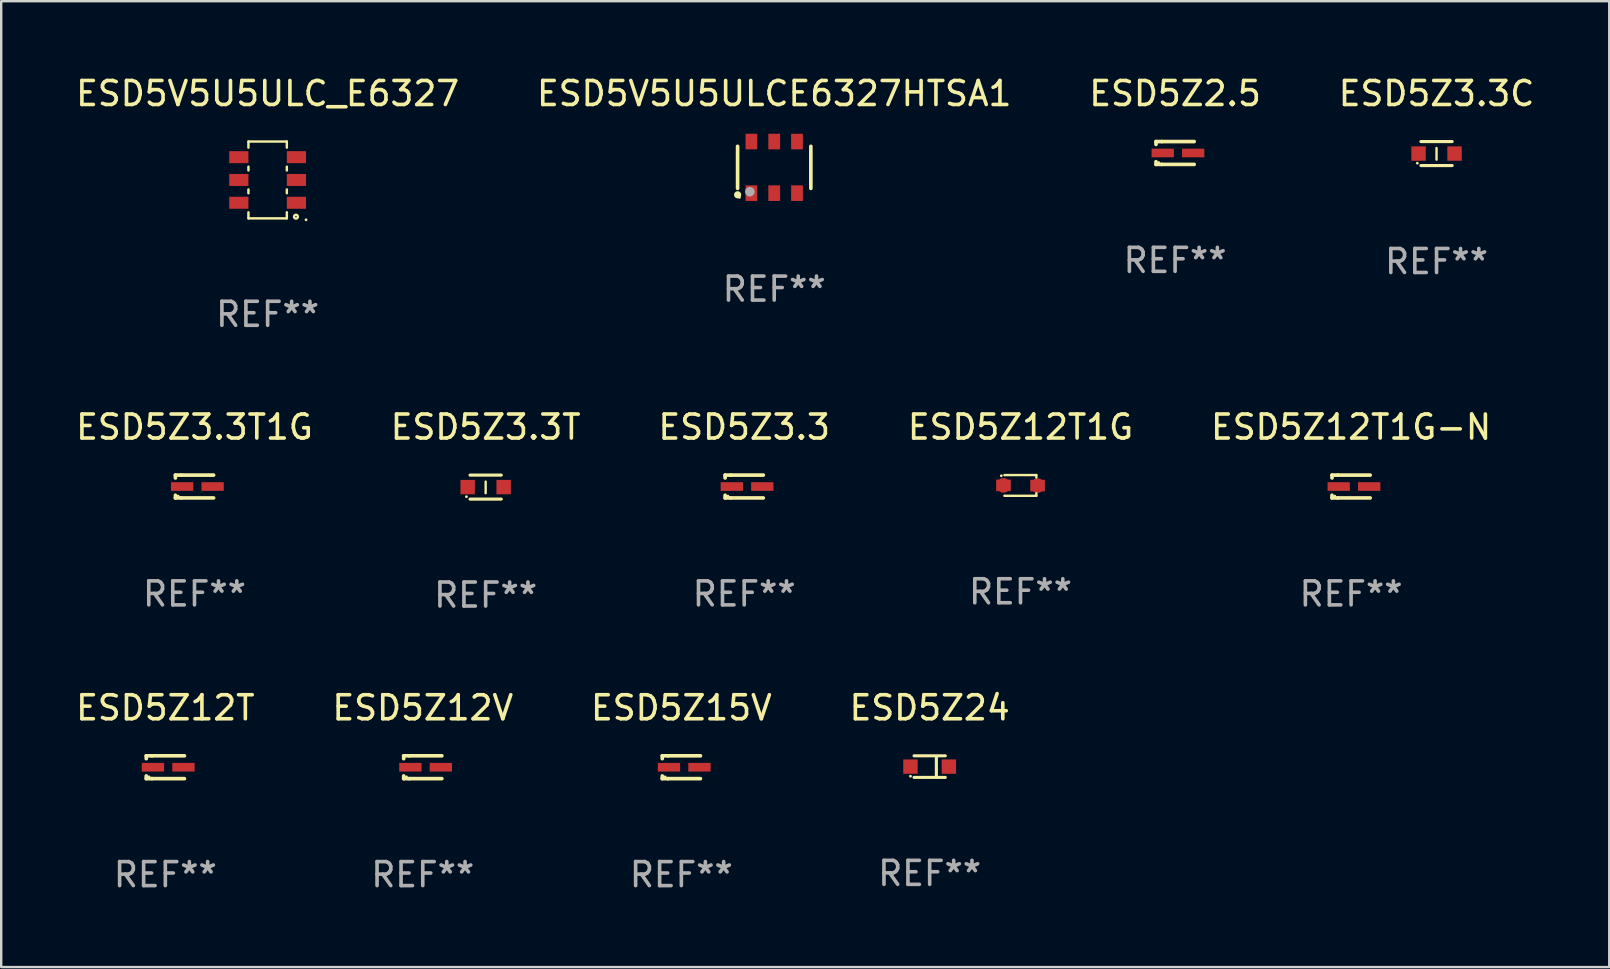
<source format=kicad_pcb>
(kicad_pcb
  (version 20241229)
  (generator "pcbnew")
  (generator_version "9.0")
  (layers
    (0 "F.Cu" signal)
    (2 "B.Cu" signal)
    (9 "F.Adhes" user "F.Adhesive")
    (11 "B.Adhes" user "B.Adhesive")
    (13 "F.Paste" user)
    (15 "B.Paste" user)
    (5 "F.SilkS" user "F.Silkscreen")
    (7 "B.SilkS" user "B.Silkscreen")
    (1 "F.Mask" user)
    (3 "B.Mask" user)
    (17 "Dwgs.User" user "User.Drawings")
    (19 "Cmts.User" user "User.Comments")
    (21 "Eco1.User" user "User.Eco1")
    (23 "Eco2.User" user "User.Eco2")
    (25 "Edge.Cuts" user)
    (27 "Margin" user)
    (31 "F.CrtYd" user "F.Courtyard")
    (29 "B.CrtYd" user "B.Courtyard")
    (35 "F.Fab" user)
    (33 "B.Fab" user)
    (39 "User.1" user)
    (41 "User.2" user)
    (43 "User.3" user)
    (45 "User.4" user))
  (footprint "ESD5Z12T1G"
    (layer "F.Cu")
    (at 39.47 17.177)
    (property "Reference" "ESD5Z12T1G" (at 0 -2.432 0) (layer "F.SilkS") (effects (font (size 1 1) (thickness 0.15))))
    (attr through_hole)
    (fp_line (start -0.661 0.432) (end -0.661 0.432) (stroke (width 0.1) (type solid)) (layer "F.SilkS"))
    (fp_line (start -0.661 -0.432) (end -0.661 -0.432) (stroke (width 0.1) (type solid)) (layer "F.SilkS"))
    (fp_line (start -0.661 -0.432) (end 0.66 -0.432) (stroke (width 0.1) (type solid)) (layer "F.SilkS"))
    (fp_line (start 0.66 0.326) (end 0.66 0.432) (stroke (width 0.1) (type solid)) (layer "F.SilkS"))
    (fp_line (start 0.66 0.432) (end -0.661 0.432) (stroke (width 0.1) (type solid)) (layer "F.SilkS"))
    (fp_line (start 0.66 -0.432) (end 0.66 -0.33) (stroke (width 0.1) (type solid)) (layer "F.SilkS"))
    (fp_circle (center -0.8 -0.404) (end -0.77 -0.404) (stroke (width 0.06) (type solid)) (fill no) (layer "F.SilkS"))
    (fp_text user "REF**" (at 0 4.432 0) (layer "F.Fab") (effects (font (size 1 1) (thickness 0.15))))
    (pad "1" smd custom (at -0.711 -0.005) (size 0.61 0.483) (layers "F.Cu" "F.Mask" "F.Paste") (options (anchor circle)) (primitives (gr_poly (pts (xy -0.305 -0.241) (xy 0.305 -0.241) (xy 0.305 0.241) (xy -0.305 0.241)) (width 0) (fill yes))))
    (pad "2" smd custom (at 0.711 0.005) (size 0.61 0.483) (layers "F.Cu" "F.Mask" "F.Paste") (options (anchor circle)) (primitives (gr_poly (pts (xy -0.305 -0.241) (xy 0.305 -0.241) (xy 0.305 0.241) (xy -0.305 0.241)) (width 0) (fill yes)))))
  (footprint "ESD5Z12T"
    (layer "F.Cu")
    (at 3.839 28.917)
    (property "Reference" "ESD5Z12T" (at 0 -2.476 0) (layer "F.SilkS") (effects (font (size 1 1) (thickness 0.15))))
    (attr through_hole)
    (fp_line (start -0.795 -0.476) (end -0.795 -0.356) (stroke (width 0.152) (type solid)) (layer "F.SilkS"))
    (fp_line (start -0.795 0.363) (end -0.795 0.476) (stroke (width 0.152) (type solid)) (layer "F.SilkS"))
    (fp_line (start -0.795 0.476) (end -0.557 0.476) (stroke (width 0.152) (type solid)) (layer "F.SilkS"))
    (fp_line (start -0.557 -0.476) (end -0.795 -0.476) (stroke (width 0.152) (type solid)) (layer "F.SilkS"))
    (fp_line (start -0.557 -0.476) (end 0.795 -0.476) (stroke (width 0.152) (type solid)) (layer "F.SilkS"))
    (fp_line (start -0.557 0.476) (end 0.795 0.476) (stroke (width 0.152) (type solid)) (layer "F.SilkS"))
    (fp_circle (center -0.681 0.4) (end -0.651 0.4) (stroke (width 0.06) (type solid)) (fill no) (layer "F.SilkS"))
    (fp_text user "REF**" (at 0 4.476 0) (layer "F.Fab") (effects (font (size 1 1) (thickness 0.15))))
    (pad "1" smd rect (at -0.516 0 180) (size 0.93 0.36) (layers "F.Cu" "F.Mask" "F.Paste"))
    (pad "2" smd rect (at 0.754 0 180) (size 0.93 0.36) (layers "F.Cu" "F.Mask" "F.Paste")))
  (footprint "ESD5Z3.3T1G"
    (layer "F.Cu")
    (at 5.054 17.221)
    (property "Reference" "ESD5Z3.3T1G" (at 0 -2.476 0) (layer "F.SilkS") (effects (font (size 1 1) (thickness 0.15))))
    (attr through_hole)
    (fp_line (start -0.795 -0.476) (end -0.795 -0.356) (stroke (width 0.152) (type solid)) (layer "F.SilkS"))
    (fp_line (start -0.795 0.363) (end -0.795 0.476) (stroke (width 0.152) (type solid)) (layer "F.SilkS"))
    (fp_line (start -0.795 0.476) (end -0.557 0.476) (stroke (width 0.152) (type solid)) (layer "F.SilkS"))
    (fp_line (start -0.557 -0.476) (end -0.795 -0.476) (stroke (width 0.152) (type solid)) (layer "F.SilkS"))
    (fp_line (start -0.557 -0.476) (end 0.795 -0.476) (stroke (width 0.152) (type solid)) (layer "F.SilkS"))
    (fp_line (start -0.557 0.476) (end 0.795 0.476) (stroke (width 0.152) (type solid)) (layer "F.SilkS"))
    (fp_circle (center -0.681 0.4) (end -0.651 0.4) (stroke (width 0.06) (type solid)) (fill no) (layer "F.SilkS"))
    (fp_text user "REF**" (at 0 4.476 0) (layer "F.Fab") (effects (font (size 1 1) (thickness 0.15))))
    (pad "1" smd rect (at -0.516 0 180) (size 0.93 0.36) (layers "F.Cu" "F.Mask" "F.Paste"))
    (pad "2" smd rect (at 0.754 0 180) (size 0.93 0.36) (layers "F.Cu" "F.Mask" "F.Paste")))
  (footprint "ESD5V5U5ULC_E6327"
    (layer "F.Cu")
    (at 8.101 4.448)
    (property "Reference" "ESD5V5U5ULC_E6327" (at 0 -3.6 0) (layer "F.SilkS") (effects (font (size 1 1) (thickness 0.15))))
    (attr through_hole)
    (fp_line (start -0.8 -1.6) (end 0.8 -1.6) (stroke (width 0.101) (type solid)) (layer "F.SilkS"))
    (fp_line (start -0.8 -1.346) (end -0.8 -1.6) (stroke (width 0.101) (type solid)) (layer "F.SilkS"))
    (fp_line (start -0.8 -0.396) (end -0.8 -0.554) (stroke (width 0.101) (type solid)) (layer "F.SilkS"))
    (fp_line (start -0.8 0.554) (end -0.8 0.396) (stroke (width 0.101) (type solid)) (layer "F.SilkS"))
    (fp_line (start -0.8 1.6) (end -0.8 1.346) (stroke (width 0.101) (type solid)) (layer "F.SilkS"))
    (fp_line (start -0.8 1.6) (end 0.8 1.6) (stroke (width 0.101) (type solid)) (layer "F.SilkS"))
    (fp_line (start 0.8 -1.346) (end 0.8 -1.6) (stroke (width 0.101) (type solid)) (layer "F.SilkS"))
    (fp_line (start 0.8 -0.396) (end 0.8 -0.554) (stroke (width 0.101) (type solid)) (layer "F.SilkS"))
    (fp_line (start 0.8 0.554) (end 0.8 0.396) (stroke (width 0.101) (type solid)) (layer "F.SilkS"))
    (fp_line (start 0.8 1.6) (end 0.8 1.346) (stroke (width 0.101) (type solid)) (layer "F.SilkS"))
    (fp_circle (center 1.18 1.53) (end 1.26 1.53) (stroke (width 0.1) (type solid)) (fill no) (layer "F.SilkS"))
    (fp_circle (center 1.6 1.66) (end 1.63 1.66) (stroke (width 0.06) (type solid)) (fill no) (layer "F.SilkS"))
    (fp_text user "REF**" (at 0 5.6 0) (layer "F.Fab") (effects (font (size 1 1) (thickness 0.15))))
    (pad "1" smd rect (at 1.2 0.95 90) (size 0.5 0.8) (layers "F.Cu" "F.Mask" "F.Paste"))
    (pad "2" smd rect (at 1.2 0 90) (size 0.5 0.8) (layers "F.Cu" "F.Mask" "F.Paste"))
    (pad "3" smd rect (at 1.2 -0.95 90) (size 0.5 0.8) (layers "F.Cu" "F.Mask" "F.Paste"))
    (pad "4" smd rect (at -1.2 -0.95 90) (size 0.5 0.8) (layers "F.Cu" "F.Mask" "F.Paste"))
    (pad "5" smd rect (at -1.2 0 90) (size 0.5 0.8) (layers "F.Cu" "F.Mask" "F.Paste"))
    (pad "6" smd rect (at -1.2 0.95 90) (size 0.5 0.8) (layers "F.Cu" "F.Mask" "F.Paste")))
  (footprint "ESD5Z15V"
    (layer "F.Cu")
    (at 25.339 28.917)
    (property "Reference" "ESD5Z15V" (at 0 -2.476 0) (layer "F.SilkS") (effects (font (size 1 1) (thickness 0.15))))
    (attr through_hole)
    (fp_line (start -0.795 -0.476) (end -0.795 -0.356) (stroke (width 0.152) (type solid)) (layer "F.SilkS"))
    (fp_line (start -0.795 0.363) (end -0.795 0.476) (stroke (width 0.152) (type solid)) (layer "F.SilkS"))
    (fp_line (start -0.795 0.476) (end -0.557 0.476) (stroke (width 0.152) (type solid)) (layer "F.SilkS"))
    (fp_line (start -0.557 -0.476) (end -0.795 -0.476) (stroke (width 0.152) (type solid)) (layer "F.SilkS"))
    (fp_line (start -0.557 -0.476) (end 0.795 -0.476) (stroke (width 0.152) (type solid)) (layer "F.SilkS"))
    (fp_line (start -0.557 0.476) (end 0.795 0.476) (stroke (width 0.152) (type solid)) (layer "F.SilkS"))
    (fp_circle (center -0.681 0.4) (end -0.651 0.4) (stroke (width 0.06) (type solid)) (fill no) (layer "F.SilkS"))
    (fp_text user "REF**" (at 0 4.476 0) (layer "F.Fab") (effects (font (size 1 1) (thickness 0.15))))
    (pad "1" smd rect (at -0.516 0 180) (size 0.93 0.36) (layers "F.Cu" "F.Mask" "F.Paste"))
    (pad "2" smd rect (at 0.754 0 180) (size 0.93 0.36) (layers "F.Cu" "F.Mask" "F.Paste")))
  (footprint "ESD5Z12T1G-N"
    (layer "F.Cu")
    (at 53.244 17.221)
    (property "Reference" "ESD5Z12T1G-N" (at 0 -2.476 0) (layer "F.SilkS") (effects (font (size 1 1) (thickness 0.15))))
    (attr through_hole)
    (fp_line (start -0.795 -0.476) (end -0.795 -0.356) (stroke (width 0.152) (type solid)) (layer "F.SilkS"))
    (fp_line (start -0.795 0.363) (end -0.795 0.476) (stroke (width 0.152) (type solid)) (layer "F.SilkS"))
    (fp_line (start -0.795 0.476) (end -0.557 0.476) (stroke (width 0.152) (type solid)) (layer "F.SilkS"))
    (fp_line (start -0.557 -0.476) (end -0.795 -0.476) (stroke (width 0.152) (type solid)) (layer "F.SilkS"))
    (fp_line (start -0.557 -0.476) (end 0.795 -0.476) (stroke (width 0.152) (type solid)) (layer "F.SilkS"))
    (fp_line (start -0.557 0.476) (end 0.795 0.476) (stroke (width 0.152) (type solid)) (layer "F.SilkS"))
    (fp_circle (center -0.681 0.4) (end -0.651 0.4) (stroke (width 0.06) (type solid)) (fill no) (layer "F.SilkS"))
    (fp_text user "REF**" (at 0 4.476 0) (layer "F.Fab") (effects (font (size 1 1) (thickness 0.15))))
    (pad "1" smd rect (at -0.516 0 180) (size 0.93 0.36) (layers "F.Cu" "F.Mask" "F.Paste"))
    (pad "2" smd rect (at 0.754 0 180) (size 0.93 0.36) (layers "F.Cu" "F.Mask" "F.Paste")))
  (footprint "ESD5Z3.3C"
    (layer "F.Cu")
    (at 56.804 3.348)
    (property "Reference" "ESD5Z3.3C" (at 0 -2.5 0) (layer "F.SilkS") (effects (font (size 1 1) (thickness 0.15))))
    (attr through_hole)
    (fp_line (start -0.65 -0.5) (end 0.65 -0.5) (stroke (width 0.13) (type solid)) (layer "F.SilkS"))
    (fp_line (start -0.65 0.5) (end 0.65 0.5) (stroke (width 0.13) (type solid)) (layer "F.SilkS"))
    (fp_line (start 0 -0.229) (end 0 0.254) (stroke (width 0.1) (type solid)) (layer "F.SilkS"))
    (fp_circle (center -0.8 0.4) (end -0.77 0.4) (stroke (width 0.06) (type solid)) (fill no) (layer "F.SilkS"))
    (fp_text user "REF**" (at 0 4.5 0) (layer "F.Fab") (effects (font (size 1 1) (thickness 0.15))))
    (pad "1" smd rect (at -0.75 0) (size 0.6 0.6) (layers "F.Cu" "F.Mask" "F.Paste"))
    (pad "2" smd rect (at 0.75 0 180) (size 0.6 0.6) (layers "F.Cu" "F.Mask" "F.Paste")))
  (footprint "ESD5Z3.3"
    (layer "F.Cu")
    (at 27.958 17.221)
    (property "Reference" "ESD5Z3.3" (at 0 -2.476 0) (layer "F.SilkS") (effects (font (size 1 1) (thickness 0.15))))
    (attr through_hole)
    (fp_line (start -0.795 -0.476) (end -0.795 -0.356) (stroke (width 0.152) (type solid)) (layer "F.SilkS"))
    (fp_line (start -0.795 0.363) (end -0.795 0.476) (stroke (width 0.152) (type solid)) (layer "F.SilkS"))
    (fp_line (start -0.795 0.476) (end -0.557 0.476) (stroke (width 0.152) (type solid)) (layer "F.SilkS"))
    (fp_line (start -0.557 -0.476) (end -0.795 -0.476) (stroke (width 0.152) (type solid)) (layer "F.SilkS"))
    (fp_line (start -0.557 -0.476) (end 0.795 -0.476) (stroke (width 0.152) (type solid)) (layer "F.SilkS"))
    (fp_line (start -0.557 0.476) (end 0.795 0.476) (stroke (width 0.152) (type solid)) (layer "F.SilkS"))
    (fp_circle (center -0.681 0.4) (end -0.651 0.4) (stroke (width 0.06) (type solid)) (fill no) (layer "F.SilkS"))
    (fp_text user "REF**" (at 0 4.476 0) (layer "F.Fab") (effects (font (size 1 1) (thickness 0.15))))
    (pad "1" smd rect (at -0.516 0 180) (size 0.93 0.36) (layers "F.Cu" "F.Mask" "F.Paste"))
    (pad "2" smd rect (at 0.754 0 180) (size 0.93 0.36) (layers "F.Cu" "F.Mask" "F.Paste")))
  (footprint "ESD5Z12V"
    (layer "F.Cu")
    (at 14.565 28.917)
    (property "Reference" "ESD5Z12V" (at 0 -2.476 0) (layer "F.SilkS") (effects (font (size 1 1) (thickness 0.15))))
    (attr through_hole)
    (fp_line (start -0.795 -0.476) (end -0.795 -0.356) (stroke (width 0.152) (type solid)) (layer "F.SilkS"))
    (fp_line (start -0.795 0.363) (end -0.795 0.476) (stroke (width 0.152) (type solid)) (layer "F.SilkS"))
    (fp_line (start -0.795 0.476) (end -0.557 0.476) (stroke (width 0.152) (type solid)) (layer "F.SilkS"))
    (fp_line (start -0.557 -0.476) (end -0.795 -0.476) (stroke (width 0.152) (type solid)) (layer "F.SilkS"))
    (fp_line (start -0.557 -0.476) (end 0.795 -0.476) (stroke (width 0.152) (type solid)) (layer "F.SilkS"))
    (fp_line (start -0.557 0.476) (end 0.795 0.476) (stroke (width 0.152) (type solid)) (layer "F.SilkS"))
    (fp_circle (center -0.681 0.4) (end -0.651 0.4) (stroke (width 0.06) (type solid)) (fill no) (layer "F.SilkS"))
    (fp_text user "REF**" (at 0 4.476 0) (layer "F.Fab") (effects (font (size 1 1) (thickness 0.15))))
    (pad "1" smd rect (at -0.516 0 180) (size 0.93 0.36) (layers "F.Cu" "F.Mask" "F.Paste"))
    (pad "2" smd rect (at 0.754 0 180) (size 0.93 0.36) (layers "F.Cu" "F.Mask" "F.Paste")))
  (footprint "ESD5Z2.5"
    (layer "F.Cu")
    (at 45.911 3.324)
    (property "Reference" "ESD5Z2.5" (at 0 -2.476 0) (layer "F.SilkS") (effects (font (size 1 1) (thickness 0.15))))
    (attr through_hole)
    (fp_line (start -0.795 -0.476) (end -0.795 -0.356) (stroke (width 0.152) (type solid)) (layer "F.SilkS"))
    (fp_line (start -0.795 0.363) (end -0.795 0.476) (stroke (width 0.152) (type solid)) (layer "F.SilkS"))
    (fp_line (start -0.795 0.476) (end -0.557 0.476) (stroke (width 0.152) (type solid)) (layer "F.SilkS"))
    (fp_line (start -0.557 -0.476) (end -0.795 -0.476) (stroke (width 0.152) (type solid)) (layer "F.SilkS"))
    (fp_line (start -0.557 -0.476) (end 0.795 -0.476) (stroke (width 0.152) (type solid)) (layer "F.SilkS"))
    (fp_line (start -0.557 0.476) (end 0.795 0.476) (stroke (width 0.152) (type solid)) (layer "F.SilkS"))
    (fp_circle (center -0.681 0.4) (end -0.651 0.4) (stroke (width 0.06) (type solid)) (fill no) (layer "F.SilkS"))
    (fp_text user "REF**" (at 0 4.476 0) (layer "F.Fab") (effects (font (size 1 1) (thickness 0.15))))
    (pad "1" smd rect (at -0.516 0 180) (size 0.93 0.36) (layers "F.Cu" "F.Mask" "F.Paste"))
    (pad "2" smd rect (at 0.754 0 180) (size 0.93 0.36) (layers "F.Cu" "F.Mask" "F.Paste")))
  (footprint "ESD5Z24"
    (layer "F.Cu")
    (at 35.685 28.891)
    (property "Reference" "ESD5Z24" (at 0 -2.45 0) (layer "F.SilkS") (effects (font (size 1 1) (thickness 0.15))))
    (attr through_hole)
    (fp_line (start -0.65 -0.45) (end 0.65 -0.45) (stroke (width 0.13) (type solid)) (layer "F.SilkS"))
    (fp_line (start -0.65 0.45) (end 0.65 0.45) (stroke (width 0.13) (type solid)) (layer "F.SilkS"))
    (fp_line (start 0.279 -0.406) (end 0.279 0.444) (stroke (width 0.13) (type solid)) (layer "F.SilkS"))
    (fp_circle (center -0.8 0.4) (end -0.77 0.4) (stroke (width 0.06) (type solid)) (fill no) (layer "F.SilkS"))
    (fp_text user "REF**" (at 0 4.45 0) (layer "F.Fab") (effects (font (size 1 1) (thickness 0.15))))
    (pad "1" smd rect (at -0.8 0) (size 0.6 0.6) (layers "F.Cu" "F.Mask" "F.Paste"))
    (pad "2" smd rect (at 0.8 0 180) (size 0.6 0.6) (layers "F.Cu" "F.Mask" "F.Paste")))
  (footprint "ESD5Z3.3T"
    (layer "F.Cu")
    (at 17.185 17.245)
    (property "Reference" "ESD5Z3.3T" (at 0 -2.5 0) (layer "F.SilkS") (effects (font (size 1 1) (thickness 0.15))))
    (attr through_hole)
    (fp_line (start -0.65 -0.5) (end 0.65 -0.5) (stroke (width 0.13) (type solid)) (layer "F.SilkS"))
    (fp_line (start -0.65 0.5) (end 0.65 0.5) (stroke (width 0.13) (type solid)) (layer "F.SilkS"))
    (fp_line (start 0 -0.229) (end 0 0.254) (stroke (width 0.1) (type solid)) (layer "F.SilkS"))
    (fp_circle (center -0.8 0.4) (end -0.77 0.4) (stroke (width 0.06) (type solid)) (fill no) (layer "F.SilkS"))
    (fp_text user "REF**" (at 0 4.5 0) (layer "F.Fab") (effects (font (size 1 1) (thickness 0.15))))
    (pad "1" smd rect (at -0.75 0) (size 0.6 0.6) (layers "F.Cu" "F.Mask" "F.Paste"))
    (pad "2" smd rect (at 0.75 0 180) (size 0.6 0.6) (layers "F.Cu" "F.Mask" "F.Paste")))
  (footprint "ESD5V5U5ULCE6327HTSA1"
    (layer "F.Cu")
    (at 29.208 3.923)
    (property "Reference" "ESD5V5U5ULCE6327HTSA1" (at 0 -3.075 0) (layer "F.SilkS") (effects (font (size 1 1) (thickness 0.15))))
    (attr through_hole)
    (fp_line (start -1.526 0.876) (end -1.526 -0.876) (stroke (width 0.152) (type solid)) (layer "F.SilkS"))
    (fp_line (start 1.526 0.876) (end 1.526 -0.876) (stroke (width 0.152) (type solid)) (layer "F.SilkS"))
    (fp_circle (center -1.524 1.143) (end -1.449 1.143) (stroke (width 0.15) (type solid)) (fill no) (layer "F.SilkS"))
    (fp_circle (center -1.45 1.25) (end -1.42 1.25) (stroke (width 0.06) (type solid)) (fill no) (layer "F.SilkS"))
    (fp_circle (center -1.016 1.016) (end -0.916 1.016) (stroke (width 0.2) (type solid)) (fill no) (layer "F.Fab"))
    (fp_text user "REF**" (at 0 5.075 0) (layer "F.Fab") (effects (font (size 1 1) (thickness 0.15))))
    (pad "1" smd rect (at -0.95 1.075) (size 0.49 0.65) (layers "F.Cu" "F.Mask" "F.Paste"))
    (pad "2" smd rect (at -0.000013 1.075) (size 0.49 0.65) (layers "F.Cu" "F.Mask" "F.Paste"))
    (pad "3" smd rect (at 0.95 1.075) (size 0.49 0.65) (layers "F.Cu" "F.Mask" "F.Paste"))
    (pad "4" smd rect (at 0.95 -1.075) (size 0.49 0.65) (layers "F.Cu" "F.Mask" "F.Paste"))
    (pad "5" smd rect (at -0.000013 -1.075) (size 0.49 0.65) (layers "F.Cu" "F.Mask" "F.Paste"))
    (pad "6" smd rect (at -0.95 -1.075) (size 0.49 0.65) (layers "F.Cu" "F.Mask" "F.Paste")))
  (gr_rect
    (start -3 -3)
    (end 64 37.242)
    (stroke (width 0.1) (type default))
    (fill no)
    (layer "Edge.Cuts")))
</source>
